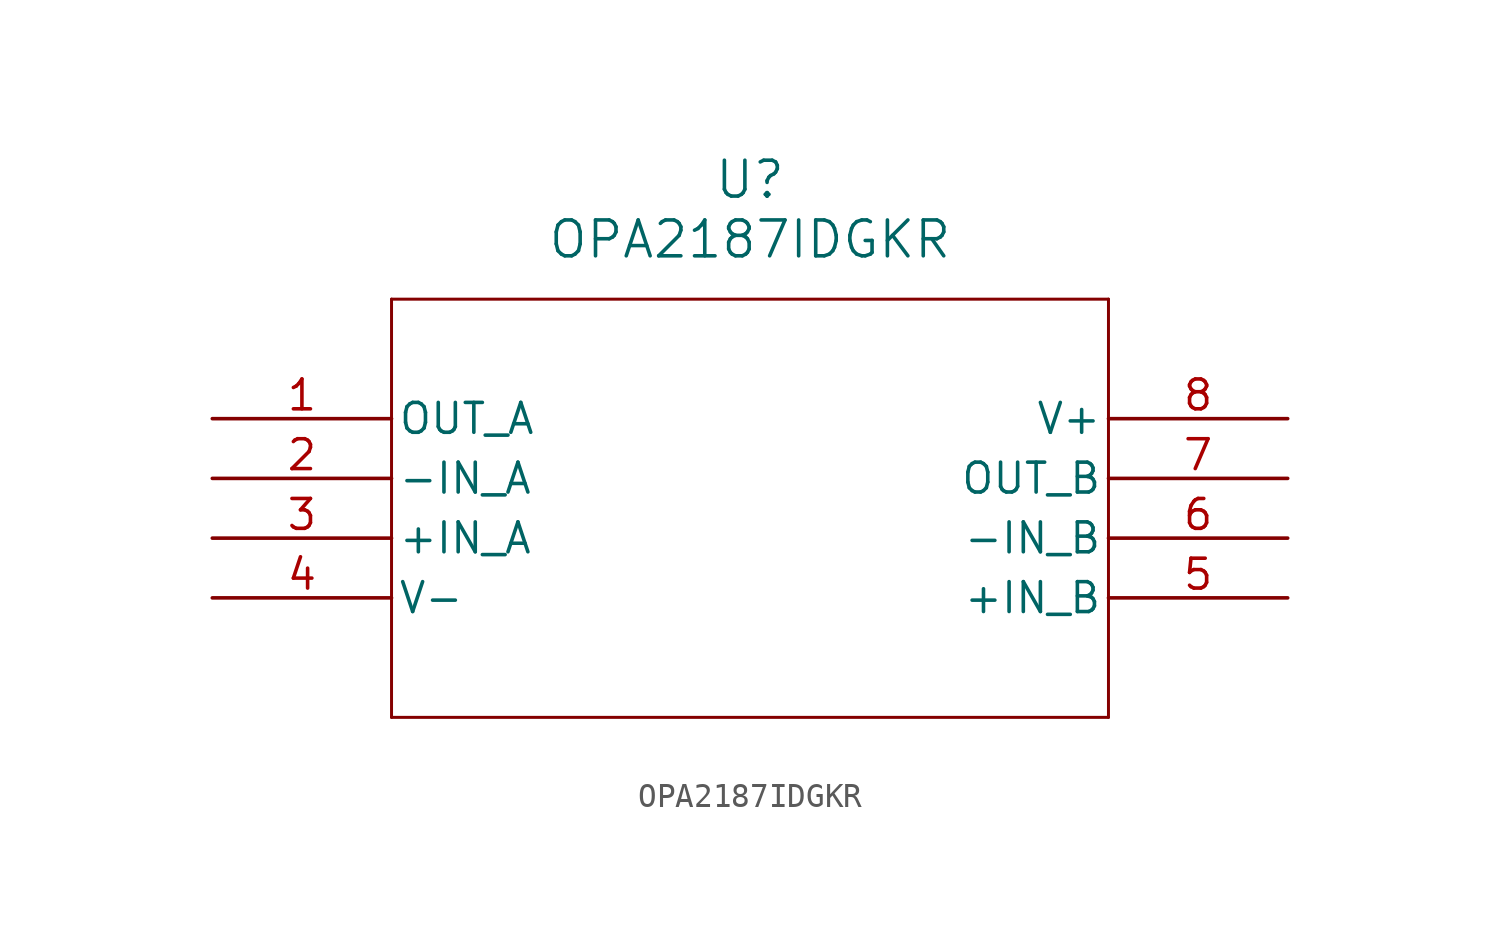
<source format=kicad_sym>
(kicad_symbol_lib
  (version 20231120)
  (generator "kicad_symbol_editor")
  (generator_version "8.0")
  (symbol "OPA2187IDGKR"
    (pin_names
      (offset 0.254))
    (property "Reference" "U"
      (at 22.86 10.16 0)
      (effects (font (size 1.524 1.524))))
    (property "Value" "OPA2187IDGKR"
      (at 22.86 7.62 0)
      (effects (font (size 1.524 1.524))))
    (property "ki_locked" ""
      (at 0 0 0)
      (effects (font (size 1.27 1.27))))
    (symbol "OPA2187IDGKR_0_1"
      (polyline (pts (xy 7.62 -12.7) (xy 38.1 -12.7)) (stroke (width 0.127) (type default)) (fill (type none)))
      (polyline (pts (xy 7.62 5.08) (xy 7.62 -12.7)) (stroke (width 0.127) (type default)) (fill (type none)))
      (polyline (pts (xy 38.1 -12.7) (xy 38.1 5.08)) (stroke (width 0.127) (type default)) (fill (type none)))
      (polyline (pts (xy 38.1 5.08) (xy 7.62 5.08)) (stroke (width 0.127) (type default)) (fill (type none)))
      (pin output line (at 0 0 0) (length 7.62) (name "OUT_A" (effects (font (size 1.27 1.27)))) (number "1" (effects (font (size 1.27 1.27)))))
      (pin input line (at 0 -2.54 0) (length 7.62) (name "-IN_A" (effects (font (size 1.27 1.27)))) (number "2" (effects (font (size 1.27 1.27)))))
      (pin input line (at 0 -5.08 0) (length 7.62) (name "+IN_A" (effects (font (size 1.27 1.27)))) (number "3" (effects (font (size 1.27 1.27)))))
      (pin power_in line (at 0 -7.62 0) (length 7.62) (name "V-" (effects (font (size 1.27 1.27)))) (number "4" (effects (font (size 1.27 1.27)))))
      (pin input line (at 45.72 -7.62 180) (length 7.62) (name "+IN_B" (effects (font (size 1.27 1.27)))) (number "5" (effects (font (size 1.27 1.27)))))
      (pin input line (at 45.72 -5.08 180) (length 7.62) (name "-IN_B" (effects (font (size 1.27 1.27)))) (number "6" (effects (font (size 1.27 1.27)))))
      (pin output line (at 45.72 -2.54 180) (length 7.62) (name "OUT_B" (effects (font (size 1.27 1.27)))) (number "7" (effects (font (size 1.27 1.27)))))
      (pin power_in line (at 45.72 0 180) (length 7.62) (name "V+" (effects (font (size 1.27 1.27)))) (number "8" (effects (font (size 1.27 1.27))))))))
</source>
